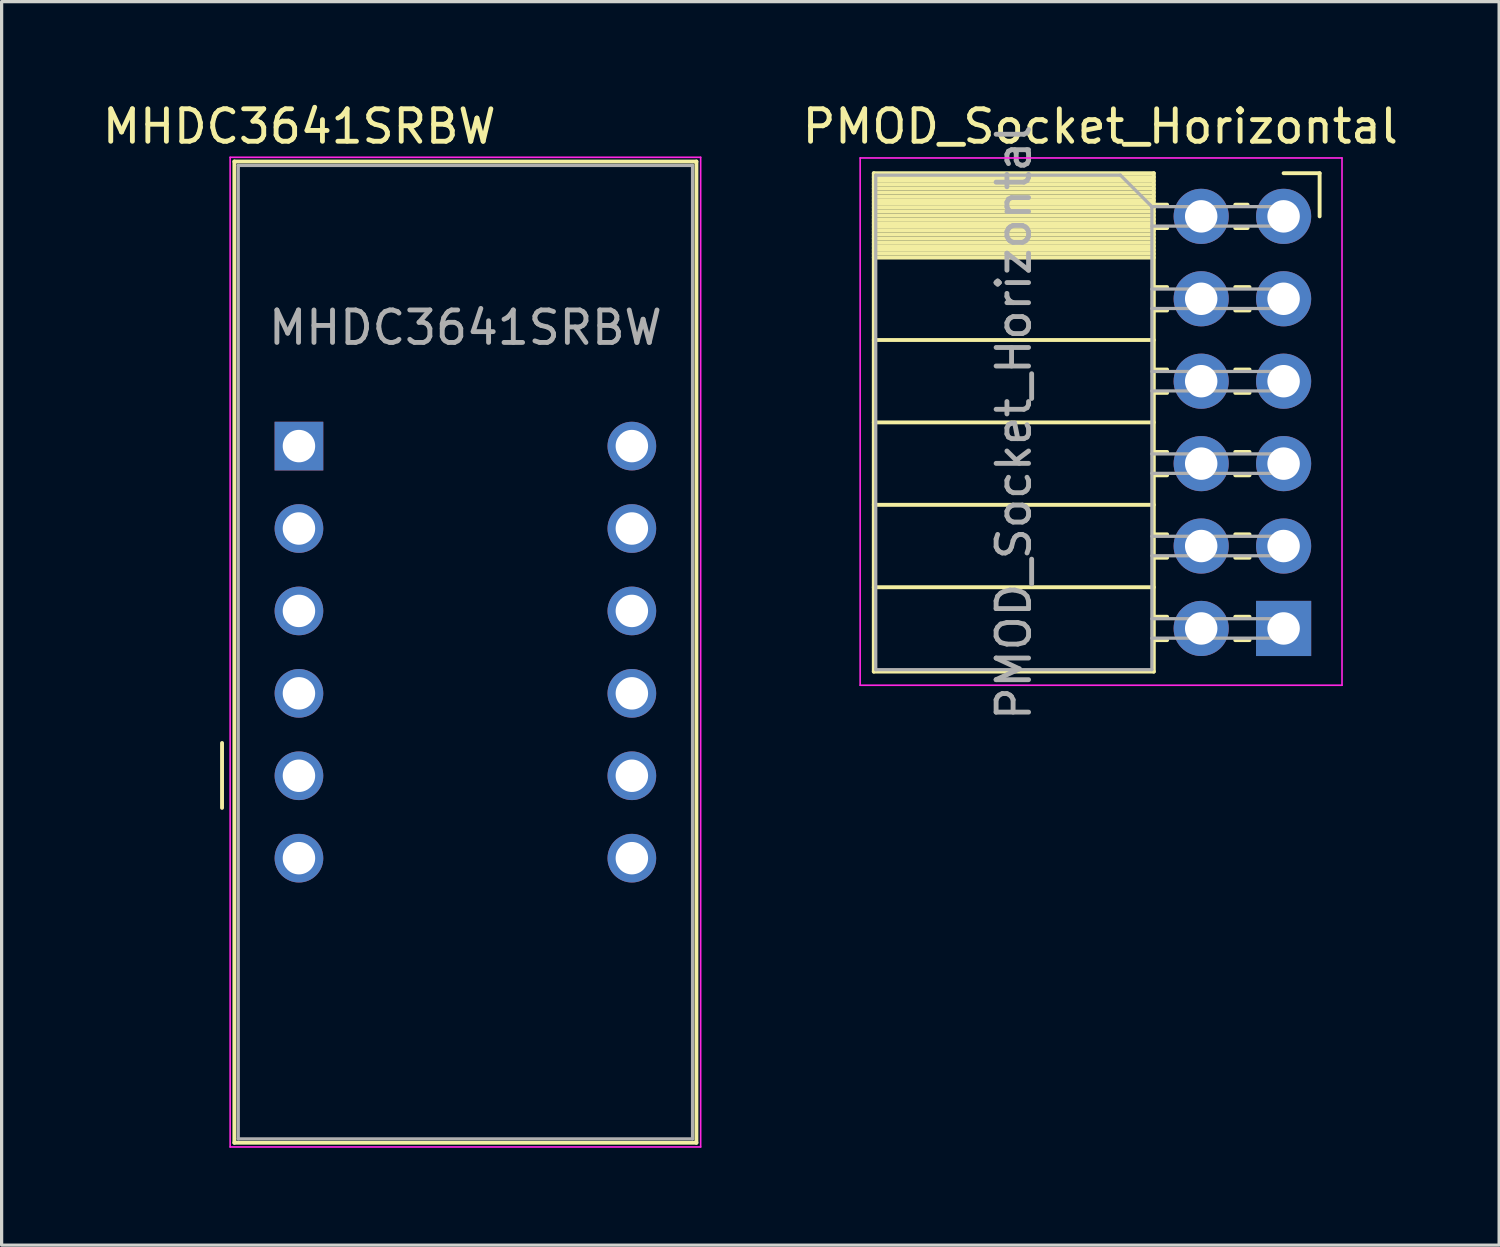
<source format=kicad_pcb>
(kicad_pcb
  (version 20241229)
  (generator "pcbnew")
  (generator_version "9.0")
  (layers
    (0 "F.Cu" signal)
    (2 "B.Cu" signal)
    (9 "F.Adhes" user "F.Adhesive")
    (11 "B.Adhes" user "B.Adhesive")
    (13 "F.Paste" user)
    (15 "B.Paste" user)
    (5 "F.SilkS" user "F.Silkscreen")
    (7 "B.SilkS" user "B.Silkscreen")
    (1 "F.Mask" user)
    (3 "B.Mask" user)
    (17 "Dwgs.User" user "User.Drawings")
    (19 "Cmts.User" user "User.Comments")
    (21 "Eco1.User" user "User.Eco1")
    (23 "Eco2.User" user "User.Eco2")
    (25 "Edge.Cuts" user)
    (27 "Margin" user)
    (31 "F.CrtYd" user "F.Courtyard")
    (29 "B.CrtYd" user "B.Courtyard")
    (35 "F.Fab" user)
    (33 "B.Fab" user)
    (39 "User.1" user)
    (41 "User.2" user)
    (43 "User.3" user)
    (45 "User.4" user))
  (footprint "PMOD_Socket_Horizontal"
    (layer "F.Cu")
    (at 36.509 3.618)
    (property "Reference" "PMOD_Socket_Horizontal" (at -5.65 -2.77 0) (layer "F.SilkS") (effects (font (size 1 1) (thickness 0.15))))
    (attr through_hole)
    (fp_line (start -12.63 -1.33) (end -12.63 14.03) (stroke (width 0.12) (type solid)) (layer "F.SilkS"))
    (fp_line (start -12.63 -1.33) (end -4 -1.33) (stroke (width 0.12) (type solid)) (layer "F.SilkS"))
    (fp_line (start -12.63 -1.21) (end -4 -1.21) (stroke (width 0.12) (type solid)) (layer "F.SilkS"))
    (fp_line (start -12.63 -1.092) (end -4 -1.092) (stroke (width 0.12) (type solid)) (layer "F.SilkS"))
    (fp_line (start -12.63 -0.974) (end -4 -0.974) (stroke (width 0.12) (type solid)) (layer "F.SilkS"))
    (fp_line (start -12.63 -0.856) (end -4 -0.856) (stroke (width 0.12) (type solid)) (layer "F.SilkS"))
    (fp_line (start -12.63 -0.738) (end -4 -0.738) (stroke (width 0.12) (type solid)) (layer "F.SilkS"))
    (fp_line (start -12.63 -0.62) (end -4 -0.62) (stroke (width 0.12) (type solid)) (layer "F.SilkS"))
    (fp_line (start -12.63 -0.501) (end -4 -0.501) (stroke (width 0.12) (type solid)) (layer "F.SilkS"))
    (fp_line (start -12.63 -0.383) (end -4 -0.383) (stroke (width 0.12) (type solid)) (layer "F.SilkS"))
    (fp_line (start -12.63 -0.265) (end -4 -0.265) (stroke (width 0.12) (type solid)) (layer "F.SilkS"))
    (fp_line (start -12.63 -0.147) (end -4 -0.147) (stroke (width 0.12) (type solid)) (layer "F.SilkS"))
    (fp_line (start -12.63 -0.029) (end -4 -0.029) (stroke (width 0.12) (type solid)) (layer "F.SilkS"))
    (fp_line (start -12.63 0.089) (end -4 0.089) (stroke (width 0.12) (type solid)) (layer "F.SilkS"))
    (fp_line (start -12.63 0.207) (end -4 0.207) (stroke (width 0.12) (type solid)) (layer "F.SilkS"))
    (fp_line (start -12.63 0.325) (end -4 0.325) (stroke (width 0.12) (type solid)) (layer "F.SilkS"))
    (fp_line (start -12.63 0.443) (end -4 0.443) (stroke (width 0.12) (type solid)) (layer "F.SilkS"))
    (fp_line (start -12.63 0.561) (end -4 0.561) (stroke (width 0.12) (type solid)) (layer "F.SilkS"))
    (fp_line (start -12.63 0.68) (end -4 0.68) (stroke (width 0.12) (type solid)) (layer "F.SilkS"))
    (fp_line (start -12.63 0.798) (end -4 0.798) (stroke (width 0.12) (type solid)) (layer "F.SilkS"))
    (fp_line (start -12.63 0.916) (end -4 0.916) (stroke (width 0.12) (type solid)) (layer "F.SilkS"))
    (fp_line (start -12.63 1.034) (end -4 1.034) (stroke (width 0.12) (type solid)) (layer "F.SilkS"))
    (fp_line (start -12.63 1.152) (end -4 1.152) (stroke (width 0.12) (type solid)) (layer "F.SilkS"))
    (fp_line (start -12.63 1.27) (end -4 1.27) (stroke (width 0.12) (type solid)) (layer "F.SilkS"))
    (fp_line (start -12.63 3.81) (end -4 3.81) (stroke (width 0.12) (type solid)) (layer "F.SilkS"))
    (fp_line (start -12.63 6.35) (end -4 6.35) (stroke (width 0.12) (type solid)) (layer "F.SilkS"))
    (fp_line (start -12.63 8.89) (end -4 8.89) (stroke (width 0.12) (type solid)) (layer "F.SilkS"))
    (fp_line (start -12.63 11.43) (end -4 11.43) (stroke (width 0.12) (type solid)) (layer "F.SilkS"))
    (fp_line (start -12.63 14.03) (end -4 14.03) (stroke (width 0.12) (type solid)) (layer "F.SilkS"))
    (fp_line (start -4 -1.33) (end -4 14.03) (stroke (width 0.12) (type solid)) (layer "F.SilkS"))
    (fp_line (start -4 -0.36) (end -3.59 -0.36) (stroke (width 0.12) (type solid)) (layer "F.SilkS"))
    (fp_line (start -4 0.36) (end -3.59 0.36) (stroke (width 0.12) (type solid)) (layer "F.SilkS"))
    (fp_line (start -4 2.18) (end -3.59 2.18) (stroke (width 0.12) (type solid)) (layer "F.SilkS"))
    (fp_line (start -4 2.9) (end -3.59 2.9) (stroke (width 0.12) (type solid)) (layer "F.SilkS"))
    (fp_line (start -4 4.72) (end -3.59 4.72) (stroke (width 0.12) (type solid)) (layer "F.SilkS"))
    (fp_line (start -4 5.44) (end -3.59 5.44) (stroke (width 0.12) (type solid)) (layer "F.SilkS"))
    (fp_line (start -4 7.26) (end -3.59 7.26) (stroke (width 0.12) (type solid)) (layer "F.SilkS"))
    (fp_line (start -4 7.98) (end -3.59 7.98) (stroke (width 0.12) (type solid)) (layer "F.SilkS"))
    (fp_line (start -4 9.8) (end -3.59 9.8) (stroke (width 0.12) (type solid)) (layer "F.SilkS"))
    (fp_line (start -4 10.52) (end -3.59 10.52) (stroke (width 0.12) (type solid)) (layer "F.SilkS"))
    (fp_line (start -4 12.34) (end -3.59 12.34) (stroke (width 0.12) (type solid)) (layer "F.SilkS"))
    (fp_line (start -4 13.06) (end -3.59 13.06) (stroke (width 0.12) (type solid)) (layer "F.SilkS"))
    (fp_line (start -1.49 -0.36) (end -1.11 -0.36) (stroke (width 0.12) (type solid)) (layer "F.SilkS"))
    (fp_line (start -1.49 0.36) (end -1.11 0.36) (stroke (width 0.12) (type solid)) (layer "F.SilkS"))
    (fp_line (start -1.49 2.18) (end -1.05 2.18) (stroke (width 0.12) (type solid)) (layer "F.SilkS"))
    (fp_line (start -1.49 2.9) (end -1.05 2.9) (stroke (width 0.12) (type solid)) (layer "F.SilkS"))
    (fp_line (start -1.49 4.72) (end -1.05 4.72) (stroke (width 0.12) (type solid)) (layer "F.SilkS"))
    (fp_line (start -1.49 5.44) (end -1.05 5.44) (stroke (width 0.12) (type solid)) (layer "F.SilkS"))
    (fp_line (start -1.49 7.26) (end -1.05 7.26) (stroke (width 0.12) (type solid)) (layer "F.SilkS"))
    (fp_line (start -1.49 7.98) (end -1.05 7.98) (stroke (width 0.12) (type solid)) (layer "F.SilkS"))
    (fp_line (start -1.49 9.8) (end -1.05 9.8) (stroke (width 0.12) (type solid)) (layer "F.SilkS"))
    (fp_line (start -1.49 10.52) (end -1.05 10.52) (stroke (width 0.12) (type solid)) (layer "F.SilkS"))
    (fp_line (start -1.49 12.34) (end -1.05 12.34) (stroke (width 0.12) (type solid)) (layer "F.SilkS"))
    (fp_line (start -1.49 13.06) (end -1.05 13.06) (stroke (width 0.12) (type solid)) (layer "F.SilkS"))
    (fp_line (start 0 -1.33) (end 1.11 -1.33) (stroke (width 0.12) (type solid)) (layer "F.SilkS"))
    (fp_line (start 1.11 -1.33) (end 1.11 0) (stroke (width 0.12) (type solid)) (layer "F.SilkS"))
    (fp_line (start -13.05 -1.8) (end -13.05 14.45) (stroke (width 0.05) (type solid)) (layer "F.CrtYd"))
    (fp_line (start -13.05 14.45) (end 1.8 14.45) (stroke (width 0.05) (type solid)) (layer "F.CrtYd"))
    (fp_line (start 1.8 -1.8) (end -13.05 -1.8) (stroke (width 0.05) (type solid)) (layer "F.CrtYd"))
    (fp_line (start 1.8 14.45) (end 1.8 -1.8) (stroke (width 0.05) (type solid)) (layer "F.CrtYd"))
    (fp_line (start -12.57 -1.27) (end -5.03 -1.27) (stroke (width 0.1) (type solid)) (layer "F.Fab"))
    (fp_line (start -12.57 13.97) (end -12.57 -1.27) (stroke (width 0.1) (type solid)) (layer "F.Fab"))
    (fp_line (start -5.03 -1.27) (end -4.06 -0.3) (stroke (width 0.1) (type solid)) (layer "F.Fab"))
    (fp_line (start -4.06 -0.3) (end -4.06 13.97) (stroke (width 0.1) (type solid)) (layer "F.Fab"))
    (fp_line (start -4.06 0.3) (end 0 0.3) (stroke (width 0.1) (type solid)) (layer "F.Fab"))
    (fp_line (start -4.06 2.84) (end 0 2.84) (stroke (width 0.1) (type solid)) (layer "F.Fab"))
    (fp_line (start -4.06 5.38) (end 0 5.38) (stroke (width 0.1) (type solid)) (layer "F.Fab"))
    (fp_line (start -4.06 7.92) (end 0 7.92) (stroke (width 0.1) (type solid)) (layer "F.Fab"))
    (fp_line (start -4.06 10.46) (end 0 10.46) (stroke (width 0.1) (type solid)) (layer "F.Fab"))
    (fp_line (start -4.06 13) (end 0 13) (stroke (width 0.1) (type solid)) (layer "F.Fab"))
    (fp_line (start -4.06 13.97) (end -12.57 13.97) (stroke (width 0.1) (type solid)) (layer "F.Fab"))
    (fp_line (start 0 -0.3) (end -4.06 -0.3) (stroke (width 0.1) (type solid)) (layer "F.Fab"))
    (fp_line (start 0 0.3) (end 0 -0.3) (stroke (width 0.1) (type solid)) (layer "F.Fab"))
    (fp_line (start 0 2.24) (end -4.06 2.24) (stroke (width 0.1) (type solid)) (layer "F.Fab"))
    (fp_line (start 0 2.84) (end 0 2.24) (stroke (width 0.1) (type solid)) (layer "F.Fab"))
    (fp_line (start 0 4.78) (end -4.06 4.78) (stroke (width 0.1) (type solid)) (layer "F.Fab"))
    (fp_line (start 0 5.38) (end 0 4.78) (stroke (width 0.1) (type solid)) (layer "F.Fab"))
    (fp_line (start 0 7.32) (end -4.06 7.32) (stroke (width 0.1) (type solid)) (layer "F.Fab"))
    (fp_line (start 0 7.92) (end 0 7.32) (stroke (width 0.1) (type solid)) (layer "F.Fab"))
    (fp_line (start 0 9.86) (end -4.06 9.86) (stroke (width 0.1) (type solid)) (layer "F.Fab"))
    (fp_line (start 0 10.46) (end 0 9.86) (stroke (width 0.1) (type solid)) (layer "F.Fab"))
    (fp_line (start 0 12.4) (end -4.06 12.4) (stroke (width 0.1) (type solid)) (layer "F.Fab"))
    (fp_line (start 0 13) (end 0 12.4) (stroke (width 0.1) (type solid)) (layer "F.Fab"))
    (fp_text user "${REFERENCE}" (at -8.315 6.35 90) (layer "F.Fab") (effects (font (size 1 1) (thickness 0.15))))
    (pad "1" thru_hole rect (at 0 12.7) (size 1.7 1.7) (drill 1) (layers "*.Cu" "*.Mask"))
    (pad "2" thru_hole oval (at 0 10.16) (size 1.7 1.7) (drill 1) (layers "*.Cu" "*.Mask"))
    (pad "3" thru_hole oval (at 0 7.62) (size 1.7 1.7) (drill 1) (layers "*.Cu" "*.Mask"))
    (pad "4" thru_hole oval (at 0 5.08) (size 1.7 1.7) (drill 1) (layers "*.Cu" "*.Mask"))
    (pad "5" thru_hole oval (at 0 2.54) (size 1.7 1.7) (drill 1) (layers "*.Cu" "*.Mask"))
    (pad "6" thru_hole oval (at 0 0) (size 1.7 1.7) (drill 1) (layers "*.Cu" "*.Mask"))
    (pad "7" thru_hole oval (at -2.54 12.7) (size 1.7 1.7) (drill 1) (layers "*.Cu" "*.Mask"))
    (pad "8" thru_hole oval (at -2.54 10.16) (size 1.7 1.7) (drill 1) (layers "*.Cu" "*.Mask"))
    (pad "9" thru_hole oval (at -2.54 7.62) (size 1.7 1.7) (drill 1) (layers "*.Cu" "*.Mask"))
    (pad "10" thru_hole oval (at -2.54 5.08) (size 1.7 1.7) (drill 1) (layers "*.Cu" "*.Mask"))
    (pad "11" thru_hole oval (at -2.54 2.54) (size 1.7 1.7) (drill 1) (layers "*.Cu" "*.Mask"))
    (pad "12" thru_hole oval (at -2.54 0) (size 1.7 1.7) (drill 1) (layers "*.Cu" "*.Mask")))
  (footprint "MHDC3641SRBW"
    (layer "F.Cu")
    (at 6.173 20.848)
    (property "Reference" "MHDC3641SRBW" (at 0 -20 0) (layer "F.SilkS") (effects (font (size 1 1) (thickness 0.15))))
    (attr through_hole)
    (fp_line (start -2.38 -1) (end -2.38 1) (stroke (width 0.12) (type solid)) (layer "F.SilkS"))
    (fp_line (start -2 -18.92) (end -2 11.32) (stroke (width 0.12) (type solid)) (layer "F.SilkS"))
    (fp_line (start -2 -18.92) (end 12.24 -18.92) (stroke (width 0.12) (type solid)) (layer "F.SilkS"))
    (fp_line (start -2 11.32) (end 12.24 11.32) (stroke (width 0.12) (type solid)) (layer "F.SilkS"))
    (fp_line (start 12.24 -18.92) (end 12.24 11.32) (stroke (width 0.12) (type solid)) (layer "F.SilkS"))
    (fp_line (start -2.13 -19.05) (end -2.13 11.45) (stroke (width 0.05) (type solid)) (layer "F.CrtYd"))
    (fp_line (start -2.13 -19.05) (end 12.37 -19.05) (stroke (width 0.05) (type solid)) (layer "F.CrtYd"))
    (fp_line (start -2.13 11.45) (end 12.37 11.45) (stroke (width 0.05) (type solid)) (layer "F.CrtYd"))
    (fp_line (start 12.37 -19.05) (end 12.37 11.45) (stroke (width 0.05) (type solid)) (layer "F.CrtYd"))
    (fp_line (start -1.88 -18.8) (end -1.88 11.2) (stroke (width 0.1) (type solid)) (layer "F.Fab"))
    (fp_line (start -1.88 -18.8) (end 12.12 -18.8) (stroke (width 0.1) (type solid)) (layer "F.Fab"))
    (fp_line (start -1.88 11.2) (end 12.12 11.2) (stroke (width 0.1) (type solid)) (layer "F.Fab"))
    (fp_line (start 12.12 -18.8) (end 12.12 11.2) (stroke (width 0.1) (type solid)) (layer "F.Fab"))
    (fp_text user "${REFERENCE}" (at 5.12 -13.8 0) (layer "F.Fab") (effects (font (size 1 1) (thickness 0.15))))
    (pad "1" thru_hole rect (at -0.01 -10.15) (size 1.5 1.5) (drill 1) (layers "*.Cu" "*.Mask"))
    (pad "2" thru_hole circle (at -0.01 -7.61) (size 1.5 1.5) (drill 1) (layers "*.Cu" "*.Mask"))
    (pad "3" thru_hole circle (at -0.01 -5.07) (size 1.5 1.5) (drill 1) (layers "*.Cu" "*.Mask"))
    (pad "4" thru_hole circle (at -0.01 -2.53) (size 1.5 1.5) (drill 1) (layers "*.Cu" "*.Mask"))
    (pad "5" thru_hole circle (at -0.01 0.01) (size 1.5 1.5) (drill 1) (layers "*.Cu" "*.Mask"))
    (pad "6" thru_hole circle (at -0.01 2.55) (size 1.5 1.5) (drill 1) (layers "*.Cu" "*.Mask"))
    (pad "7" thru_hole circle (at 10.25 2.55) (size 1.5 1.5) (drill 1) (layers "*.Cu" "*.Mask"))
    (pad "8" thru_hole circle (at 10.25 0.01) (size 1.5 1.5) (drill 1) (layers "*.Cu" "*.Mask"))
    (pad "9" thru_hole circle (at 10.25 -2.53) (size 1.5 1.5) (drill 1) (layers "*.Cu" "*.Mask"))
    (pad "10" thru_hole circle (at 10.25 -5.07) (size 1.5 1.5) (drill 1) (layers "*.Cu" "*.Mask"))
    (pad "11" thru_hole circle (at 10.25 -7.61) (size 1.5 1.5) (drill 1) (layers "*.Cu" "*.Mask"))
    (pad "12" thru_hole circle (at 10.25 -10.15) (size 1.5 1.5) (drill 1) (layers "*.Cu" "*.Mask")))
  (gr_rect
    (start -3 -3)
    (end 43.151 35.323)
    (stroke (width 0.1) (type default))
    (fill no)
    (layer "Edge.Cuts")))
</source>
